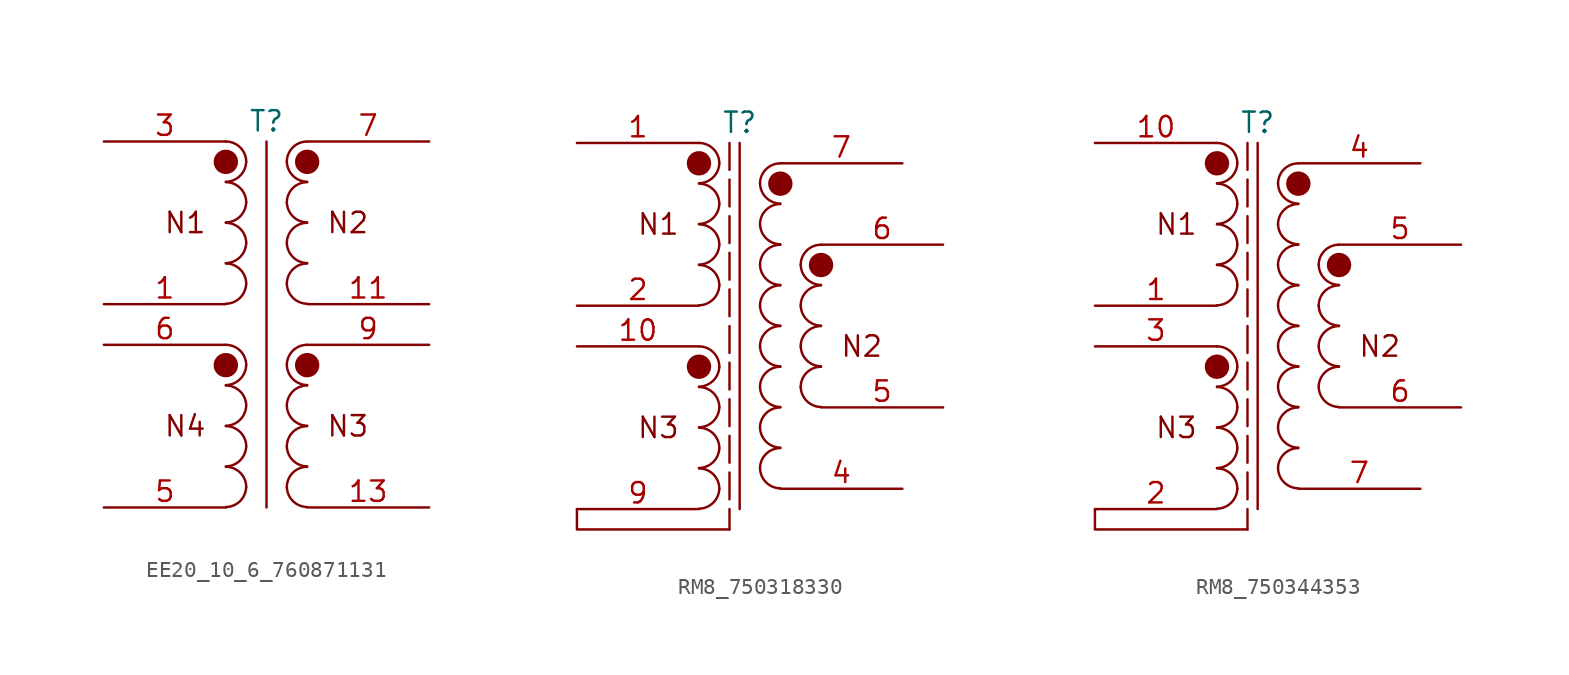
<source format=kicad_sym>
(kicad_symbol_lib
  (version 20220914)
  (generator kicad_symbol_editor)
  (symbol "EE20_10_6_760871131"
    (pin_names hide)
    (property "Reference" "T"
      (at 0 12.7 0)
      (effects (font (size 1.27 1.27))))
    (property "Critical Parameter" ""
      (at 0 -5.08 0)
      (effects (font (size 1.27 1.27)) (justify left)))
    (symbol "EE20_10_6_760871131_0_1"
      (arc (start -2.54 -11.4046) (mid -1.6561 -11.0363) (end -1.27 -10.16) (stroke (width 0) (type default)) (fill (type none)))
      (arc (start -2.54 -8.8646) (mid -1.6561 -8.4963) (end -1.27 -7.62) (stroke (width 0) (type default)) (fill (type none)))
      (arc (start -2.54 -6.3246) (mid -1.6561 -5.9563) (end -1.27 -5.08) (stroke (width 0) (type default)) (fill (type none)))
      (arc (start -2.54 -3.7846) (mid -1.6561 -3.4163) (end -1.27 -2.54) (stroke (width 0) (type default)) (fill (type none)))
      (arc (start -2.54 1.2954) (mid -1.6561 1.6637) (end -1.27 2.54) (stroke (width 0) (type default)) (fill (type none)))
      (arc (start -2.54 3.8354) (mid -1.6561 4.2037) (end -1.27 5.08) (stroke (width 0) (type default)) (fill (type none)))
      (arc (start -2.54 6.3754) (mid -1.6561 6.7437) (end -1.27 7.62) (stroke (width 0) (type default)) (fill (type none)))
      (arc (start -2.54 8.9154) (mid -1.6561 9.2837) (end -1.27 10.16) (stroke (width 0) (type default)) (fill (type none)))
      (arc (start -1.27 -10.16) (mid -1.642 -9.262) (end -2.54 -8.89) (stroke (width 0) (type default)) (fill (type none)))
      (arc (start -1.27 -7.62) (mid -1.642 -6.722) (end -2.54 -6.35) (stroke (width 0) (type default)) (fill (type none)))
      (arc (start -1.27 -5.08) (mid -1.642 -4.182) (end -2.54 -3.81) (stroke (width 0) (type default)) (fill (type none)))
      (arc (start -1.27 -2.54) (mid -1.642 -1.642) (end -2.54 -1.27) (stroke (width 0) (type default)) (fill (type none)))
      (arc (start -1.27 2.54) (mid -1.642 3.438) (end -2.54 3.81) (stroke (width 0) (type default)) (fill (type none)))
      (arc (start -1.27 5.08) (mid -1.642 5.978) (end -2.54 6.35) (stroke (width 0) (type default)) (fill (type none)))
      (arc (start -1.27 7.62) (mid -1.642 8.518) (end -2.54 8.89) (stroke (width 0) (type default)) (fill (type none)))
      (arc (start -1.27 10.16) (mid -1.642 11.058) (end -2.54 11.43) (stroke (width 0) (type default)) (fill (type none)))
      (polyline (pts (xy 0 -11.43) (xy 0 11.43)) (stroke (width 0) (type default)) (fill (type none)))
      (arc (start 1.27 -10.16) (mid 1.6561 -11.0363) (end 2.54 -11.4046) (stroke (width 0) (type default)) (fill (type none)))
      (arc (start 1.27 -7.62) (mid 1.6561 -8.4963) (end 2.54 -8.8646) (stroke (width 0) (type default)) (fill (type none)))
      (arc (start 1.27 -5.08) (mid 1.6561 -5.9563) (end 2.54 -6.3246) (stroke (width 0) (type default)) (fill (type none)))
      (arc (start 1.27 -2.54) (mid 1.6561 -3.4163) (end 2.54 -3.7846) (stroke (width 0) (type default)) (fill (type none)))
      (arc (start 1.27 2.54) (mid 1.6561 1.6637) (end 2.54 1.2954) (stroke (width 0) (type default)) (fill (type none)))
      (arc (start 1.27 5.08) (mid 1.6561 4.2037) (end 2.54 3.8354) (stroke (width 0) (type default)) (fill (type none)))
      (arc (start 1.27 7.62) (mid 1.6561 6.7437) (end 2.54 6.3754) (stroke (width 0) (type default)) (fill (type none)))
      (arc (start 1.27 10.16) (mid 1.6561 9.2837) (end 2.54 8.9154) (stroke (width 0) (type default)) (fill (type none)))
      (arc (start 2.54 -8.89) (mid 1.642 -9.262) (end 1.27 -10.16) (stroke (width 0) (type default)) (fill (type none)))
      (arc (start 2.54 -6.35) (mid 1.642 -6.722) (end 1.27 -7.62) (stroke (width 0) (type default)) (fill (type none)))
      (arc (start 2.54 -3.81) (mid 1.642 -4.182) (end 1.27 -5.08) (stroke (width 0) (type default)) (fill (type none)))
      (arc (start 2.54 -1.27) (mid 1.642 -1.642) (end 1.27 -2.54) (stroke (width 0) (type default)) (fill (type none)))
      (arc (start 2.54 3.81) (mid 1.642 3.438) (end 1.27 2.54) (stroke (width 0) (type default)) (fill (type none)))
      (arc (start 2.54 6.35) (mid 1.642 5.978) (end 1.27 5.08) (stroke (width 0) (type default)) (fill (type none)))
      (arc (start 2.54 8.89) (mid 1.642 8.518) (end 1.27 7.62) (stroke (width 0) (type default)) (fill (type none)))
      (arc (start 2.54 11.43) (mid 1.642 11.058) (end 1.27 10.16) (stroke (width 0) (type default)) (fill (type none))))
    (symbol "EE20_10_6_760871131_1_1"
      (circle (center -2.54 -2.54) (radius 0.0001) (stroke (width 0.762) (type default)) (fill (type none)))
      (circle (center -2.54 10.16) (radius 0.0001) (stroke (width 0.762) (type default)) (fill (type none)))
      (circle (center 2.54 -2.54) (radius 0.0001) (stroke (width 0.762) (type default)) (fill (type none)))
      (circle (center 2.54 10.16) (radius 0.0001) (stroke (width 0.762) (type default)) (fill (type none)))
      (text "N1" (at -5.08 6.35 0) (effects (font (size 1.27 1.27))))
      (text "N2" (at 5.08 6.35 0) (effects (font (size 1.27 1.27))))
      (text "N3" (at 5.08 -6.35 0) (effects (font (size 1.27 1.27))))
      (text "N4" (at -5.08 -6.35 0) (effects (font (size 1.27 1.27))))
      (pin passive line (at -10.16 1.27 0) (length 7.62) (name "1" (effects (font (size 1.27 1.27)))) (number "1" (effects (font (size 1.27 1.27)))))
      (pin passive line (at 10.16 -1.27 180) (length 7.62) hide (name "10" (effects (font (size 1.27 1.27)))) (number "10" (effects (font (size 1.27 1.27)))))
      (pin passive line (at 10.16 1.27 180) (length 7.62) (name "11" (effects (font (size 1.27 1.27)))) (number "11" (effects (font (size 1.27 1.27)))))
      (pin passive line (at 10.16 1.27 180) (length 7.62) hide (name "12" (effects (font (size 1.27 1.27)))) (number "12" (effects (font (size 1.27 1.27)))))
      (pin passive line (at 10.16 -11.43 180) (length 7.62) (name "13" (effects (font (size 1.27 1.27)))) (number "13" (effects (font (size 1.27 1.27)))))
      (pin passive line (at 10.16 -11.43 180) (length 7.62) hide (name "14" (effects (font (size 1.27 1.27)))) (number "14" (effects (font (size 1.27 1.27)))))
      (pin passive line (at -10.16 11.43 0) (length 7.62) (name "3" (effects (font (size 1.27 1.27)))) (number "3" (effects (font (size 1.27 1.27)))))
      (pin passive line (at -10.16 -11.43 0) (length 7.62) (name "5" (effects (font (size 1.27 1.27)))) (number "5" (effects (font (size 1.27 1.27)))))
      (pin passive line (at -10.16 -1.27 0) (length 7.62) (name "6" (effects (font (size 1.27 1.27)))) (number "6" (effects (font (size 1.27 1.27)))))
      (pin passive line (at 10.16 11.43 180) (length 7.62) (name "7" (effects (font (size 1.27 1.27)))) (number "7" (effects (font (size 1.27 1.27)))))
      (pin passive line (at 10.16 11.43 180) (length 7.62) hide (name "8" (effects (font (size 1.27 1.27)))) (number "8" (effects (font (size 1.27 1.27)))))
      (pin passive line (at 10.16 -1.27 180) (length 7.62) (name "9" (effects (font (size 1.27 1.27)))) (number "9" (effects (font (size 1.27 1.27)))))))
  (symbol "RM8_750318330"
    (pin_names hide)
    (property "Reference" "T"
      (at 0 12.7 0)
      (effects (font (size 1.27 1.27))))
    (property "Critical Parameter" ""
      (at 0 -5.08 0)
      (effects (font (size 1.27 1.27)) (justify left)))
    (symbol "RM8_750318330_0_0"
      (text "" (at 3.81 -1.27 0) (effects (font (size 1.27 1.27)))))
    (symbol "RM8_750318330_0_1"
      (arc (start -2.54 -11.4046) (mid -1.6561 -11.0363) (end -1.27 -10.16) (stroke (width 0) (type default)) (fill (type none)))
      (arc (start -2.54 -8.8646) (mid -1.6561 -8.4963) (end -1.27 -7.62) (stroke (width 0) (type default)) (fill (type none)))
      (arc (start -2.54 -6.3246) (mid -1.6561 -5.9563) (end -1.27 -5.08) (stroke (width 0) (type default)) (fill (type none)))
      (arc (start -2.54 -3.7846) (mid -1.6561 -3.4163) (end -1.27 -2.54) (stroke (width 0) (type default)) (fill (type none)))
      (arc (start -2.54 1.2954) (mid -1.6561 1.6637) (end -1.27 2.54) (stroke (width 0) (type default)) (fill (type none)))
      (arc (start -2.54 3.8354) (mid -1.6561 4.2037) (end -1.27 5.08) (stroke (width 0) (type default)) (fill (type none)))
      (arc (start -2.54 6.3754) (mid -1.6561 6.7437) (end -1.27 7.62) (stroke (width 0) (type default)) (fill (type none)))
      (arc (start -2.54 8.9154) (mid -1.6561 9.2837) (end -1.27 10.16) (stroke (width 0) (type default)) (fill (type none)))
      (arc (start -1.27 -10.16) (mid -1.642 -9.262) (end -2.54 -8.89) (stroke (width 0) (type default)) (fill (type none)))
      (arc (start -1.27 -7.62) (mid -1.642 -6.722) (end -2.54 -6.35) (stroke (width 0) (type default)) (fill (type none)))
      (arc (start -1.27 -5.08) (mid -1.642 -4.182) (end -2.54 -3.81) (stroke (width 0) (type default)) (fill (type none)))
      (arc (start -1.27 -2.54) (mid -1.642 -1.642) (end -2.54 -1.27) (stroke (width 0) (type default)) (fill (type none)))
      (arc (start -1.27 2.54) (mid -1.642 3.438) (end -2.54 3.81) (stroke (width 0) (type default)) (fill (type none)))
      (arc (start -1.27 5.08) (mid -1.642 5.978) (end -2.54 6.35) (stroke (width 0) (type default)) (fill (type none)))
      (arc (start -1.27 7.62) (mid -1.642 8.518) (end -2.54 8.89) (stroke (width 0) (type default)) (fill (type none)))
      (arc (start -1.27 10.16) (mid -1.642 11.058) (end -2.54 11.43) (stroke (width 0) (type default)) (fill (type none)))
      (polyline (pts (xy 0 -11.43) (xy 0 11.43)) (stroke (width 0) (type default)) (fill (type none)))
      (polyline (pts (xy -10.16 -11.43) (xy -10.16 -12.7) (xy -0.635 -12.7)) (stroke (width 0) (type default)) (fill (type none)))
      (arc (start 1.27 -8.89) (mid 1.656 -9.7664) (end 2.54 -10.1346) (stroke (width 0) (type default)) (fill (type none)))
      (arc (start 1.27 -6.35) (mid 1.656 -7.2264) (end 2.54 -7.5946) (stroke (width 0) (type default)) (fill (type none)))
      (arc (start 1.27 -3.81) (mid 1.656 -4.6864) (end 2.54 -5.0546) (stroke (width 0) (type default)) (fill (type none)))
      (arc (start 1.27 -1.27) (mid 1.656 -2.1464) (end 2.54 -2.5146) (stroke (width 0) (type default)) (fill (type none)))
      (arc (start 1.27 1.27) (mid 1.656 0.3936) (end 2.54 0.0254) (stroke (width 0) (type default)) (fill (type none)))
      (arc (start 1.27 3.81) (mid 1.656 2.9336) (end 2.54 2.5654) (stroke (width 0) (type default)) (fill (type none)))
      (arc (start 1.27 6.35) (mid 1.656 5.4736) (end 2.54 5.1054) (stroke (width 0) (type default)) (fill (type none)))
      (arc (start 1.27 8.89) (mid 1.656 8.0136) (end 2.54 7.6454) (stroke (width 0) (type default)) (fill (type none)))
      (arc (start 2.54 -7.62) (mid 1.642 -7.992) (end 1.27 -8.89) (stroke (width 0) (type default)) (fill (type none)))
      (arc (start 2.54 -5.08) (mid 1.642 -5.452) (end 1.27 -6.35) (stroke (width 0) (type default)) (fill (type none)))
      (arc (start 2.54 -2.54) (mid 1.642 -2.912) (end 1.27 -3.81) (stroke (width 0) (type default)) (fill (type none)))
      (arc (start 2.54 0) (mid 1.642 -0.372) (end 1.27 -1.27) (stroke (width 0) (type default)) (fill (type none)))
      (arc (start 2.54 2.54) (mid 1.642 2.168) (end 1.27 1.27) (stroke (width 0) (type default)) (fill (type none)))
      (arc (start 2.54 5.08) (mid 1.642 4.708) (end 1.27 3.81) (stroke (width 0) (type default)) (fill (type none)))
      (arc (start 2.54 7.62) (mid 1.642 7.248) (end 1.27 6.35) (stroke (width 0) (type default)) (fill (type none)))
      (arc (start 2.54 10.16) (mid 1.642 9.788) (end 1.27 8.89) (stroke (width 0) (type default)) (fill (type none)))
      (arc (start 3.81 -3.81) (mid 4.1961 -4.6863) (end 5.08 -5.0546) (stroke (width 0) (type default)) (fill (type none)))
      (arc (start 3.81 -1.27) (mid 4.1961 -2.1463) (end 5.08 -2.5146) (stroke (width 0) (type default)) (fill (type none)))
      (arc (start 3.81 1.27) (mid 4.1961 0.3937) (end 5.08 0.0254) (stroke (width 0) (type default)) (fill (type none)))
      (arc (start 3.81 3.81) (mid 4.1961 2.9337) (end 5.08 2.5654) (stroke (width 0) (type default)) (fill (type none)))
      (arc (start 5.08 -2.54) (mid 4.182 -2.912) (end 3.81 -3.81) (stroke (width 0) (type default)) (fill (type none)))
      (arc (start 5.08 0) (mid 4.182 -0.372) (end 3.81 -1.27) (stroke (width 0) (type default)) (fill (type none)))
      (arc (start 5.08 2.54) (mid 4.182 2.168) (end 3.81 1.27) (stroke (width 0) (type default)) (fill (type none)))
      (arc (start 5.08 5.08) (mid 4.182 4.708) (end 3.81 3.81) (stroke (width 0) (type default)) (fill (type none))))
    (symbol "RM8_750318330_1_1"
      (circle (center -2.54 -2.54) (radius 0.0001) (stroke (width 0.762) (type default)) (fill (type none)))
      (circle (center -2.54 10.16) (radius 0.0001) (stroke (width 0.762) (type default)) (fill (type none)))
      (polyline (pts (xy -0.635 11.43) (xy -0.635 -12.7)) (stroke (width 0) (type dash)) (fill (type none)))
      (circle (center 2.54 8.89) (radius 0.0001) (stroke (width 0.762) (type default)) (fill (type none)))
      (circle (center 5.08 3.81) (radius 0.0001) (stroke (width 0.762) (type default)) (fill (type none)))
      (text "N1" (at -5.08 6.35 0) (effects (font (size 1.27 1.27))))
      (text "N2" (at 7.62 -1.27 0) (effects (font (size 1.27 1.27))))
      (text "N3" (at -5.08 -6.35 0) (effects (font (size 1.27 1.27))))
      (pin passive line (at -10.16 11.43 0) (length 7.62) (name "1" (effects (font (size 1.27 1.27)))) (number "1" (effects (font (size 1.27 1.27)))))
      (pin passive line (at -10.16 -1.27 0) (length 7.62) (name "10" (effects (font (size 1.27 1.27)))) (number "10" (effects (font (size 1.27 1.27)))))
      (pin passive line (at -10.16 1.27 0) (length 7.62) (name "2" (effects (font (size 1.27 1.27)))) (number "2" (effects (font (size 1.27 1.27)))))
      (pin passive line (at 10.16 -10.16 180) (length 7.62) (name "4" (effects (font (size 1.27 1.27)))) (number "4" (effects (font (size 1.27 1.27)))))
      (pin passive line (at 12.7 -5.08 180) (length 7.62) (name "5" (effects (font (size 1.27 1.27)))) (number "5" (effects (font (size 1.27 1.27)))))
      (pin passive line (at 12.7 5.08 180) (length 7.62) (name "6" (effects (font (size 1.27 1.27)))) (number "6" (effects (font (size 1.27 1.27)))))
      (pin passive line (at 10.16 10.16 180) (length 7.62) (name "7" (effects (font (size 1.27 1.27)))) (number "7" (effects (font (size 1.27 1.27)))))
      (pin passive line (at -10.16 -11.43 0) (length 7.62) (name "9" (effects (font (size 1.27 1.27)))) (number "9" (effects (font (size 1.27 1.27)))))))
  (symbol "RM8_750344353"
    (pin_names hide)
    (property "Reference" "T"
      (at 0 12.7 0)
      (effects (font (size 1.27 1.27))))
    (property "Critical Parameter" ""
      (at 0 -5.08 0)
      (effects (font (size 1.27 1.27)) (justify left)))
    (symbol "RM8_750344353_0_0"
      (text "" (at 3.81 -1.27 0) (effects (font (size 1.27 1.27)))))
    (symbol "RM8_750344353_0_1"
      (arc (start -2.54 -11.4046) (mid -1.6561 -11.0363) (end -1.27 -10.16) (stroke (width 0) (type default)) (fill (type none)))
      (arc (start -2.54 -8.8646) (mid -1.6561 -8.4963) (end -1.27 -7.62) (stroke (width 0) (type default)) (fill (type none)))
      (arc (start -2.54 -6.3246) (mid -1.6561 -5.9563) (end -1.27 -5.08) (stroke (width 0) (type default)) (fill (type none)))
      (arc (start -2.54 -3.7846) (mid -1.6561 -3.4163) (end -1.27 -2.54) (stroke (width 0) (type default)) (fill (type none)))
      (arc (start -2.54 1.2954) (mid -1.6561 1.6637) (end -1.27 2.54) (stroke (width 0) (type default)) (fill (type none)))
      (arc (start -2.54 3.8354) (mid -1.6561 4.2037) (end -1.27 5.08) (stroke (width 0) (type default)) (fill (type none)))
      (arc (start -2.54 6.3754) (mid -1.6561 6.7437) (end -1.27 7.62) (stroke (width 0) (type default)) (fill (type none)))
      (arc (start -2.54 8.9154) (mid -1.6561 9.2837) (end -1.27 10.16) (stroke (width 0) (type default)) (fill (type none)))
      (arc (start -1.27 -10.16) (mid -1.642 -9.262) (end -2.54 -8.89) (stroke (width 0) (type default)) (fill (type none)))
      (arc (start -1.27 -7.62) (mid -1.642 -6.722) (end -2.54 -6.35) (stroke (width 0) (type default)) (fill (type none)))
      (arc (start -1.27 -5.08) (mid -1.642 -4.182) (end -2.54 -3.81) (stroke (width 0) (type default)) (fill (type none)))
      (arc (start -1.27 -2.54) (mid -1.642 -1.642) (end -2.54 -1.27) (stroke (width 0) (type default)) (fill (type none)))
      (arc (start -1.27 2.54) (mid -1.642 3.438) (end -2.54 3.81) (stroke (width 0) (type default)) (fill (type none)))
      (arc (start -1.27 5.08) (mid -1.642 5.978) (end -2.54 6.35) (stroke (width 0) (type default)) (fill (type none)))
      (arc (start -1.27 7.62) (mid -1.642 8.518) (end -2.54 8.89) (stroke (width 0) (type default)) (fill (type none)))
      (arc (start -1.27 10.16) (mid -1.642 11.058) (end -2.54 11.43) (stroke (width 0) (type default)) (fill (type none)))
      (polyline (pts (xy 0 -11.43) (xy 0 11.43)) (stroke (width 0) (type default)) (fill (type none)))
      (polyline (pts (xy -10.16 -11.43) (xy -10.16 -12.7) (xy -0.635 -12.7)) (stroke (width 0) (type default)) (fill (type none)))
      (arc (start 1.27 -8.89) (mid 1.656 -9.7664) (end 2.54 -10.1346) (stroke (width 0) (type default)) (fill (type none)))
      (arc (start 1.27 -6.35) (mid 1.656 -7.2264) (end 2.54 -7.5946) (stroke (width 0) (type default)) (fill (type none)))
      (arc (start 1.27 -3.81) (mid 1.656 -4.6864) (end 2.54 -5.0546) (stroke (width 0) (type default)) (fill (type none)))
      (arc (start 1.27 -1.27) (mid 1.656 -2.1464) (end 2.54 -2.5146) (stroke (width 0) (type default)) (fill (type none)))
      (arc (start 1.27 1.27) (mid 1.656 0.3936) (end 2.54 0.0254) (stroke (width 0) (type default)) (fill (type none)))
      (arc (start 1.27 3.81) (mid 1.656 2.9336) (end 2.54 2.5654) (stroke (width 0) (type default)) (fill (type none)))
      (arc (start 1.27 6.35) (mid 1.656 5.4736) (end 2.54 5.1054) (stroke (width 0) (type default)) (fill (type none)))
      (arc (start 1.27 8.89) (mid 1.656 8.0136) (end 2.54 7.6454) (stroke (width 0) (type default)) (fill (type none)))
      (arc (start 2.54 -7.62) (mid 1.642 -7.992) (end 1.27 -8.89) (stroke (width 0) (type default)) (fill (type none)))
      (arc (start 2.54 -5.08) (mid 1.642 -5.452) (end 1.27 -6.35) (stroke (width 0) (type default)) (fill (type none)))
      (arc (start 2.54 -2.54) (mid 1.642 -2.912) (end 1.27 -3.81) (stroke (width 0) (type default)) (fill (type none)))
      (arc (start 2.54 0) (mid 1.642 -0.372) (end 1.27 -1.27) (stroke (width 0) (type default)) (fill (type none)))
      (arc (start 2.54 2.54) (mid 1.642 2.168) (end 1.27 1.27) (stroke (width 0) (type default)) (fill (type none)))
      (arc (start 2.54 5.08) (mid 1.642 4.708) (end 1.27 3.81) (stroke (width 0) (type default)) (fill (type none)))
      (arc (start 2.54 7.62) (mid 1.642 7.248) (end 1.27 6.35) (stroke (width 0) (type default)) (fill (type none)))
      (arc (start 2.54 10.16) (mid 1.642 9.788) (end 1.27 8.89) (stroke (width 0) (type default)) (fill (type none)))
      (arc (start 3.81 -3.81) (mid 4.1961 -4.6863) (end 5.08 -5.0546) (stroke (width 0) (type default)) (fill (type none)))
      (arc (start 3.81 -1.27) (mid 4.1961 -2.1463) (end 5.08 -2.5146) (stroke (width 0) (type default)) (fill (type none)))
      (arc (start 3.81 1.27) (mid 4.1961 0.3937) (end 5.08 0.0254) (stroke (width 0) (type default)) (fill (type none)))
      (arc (start 3.81 3.81) (mid 4.1961 2.9337) (end 5.08 2.5654) (stroke (width 0) (type default)) (fill (type none)))
      (arc (start 5.08 -2.54) (mid 4.182 -2.912) (end 3.81 -3.81) (stroke (width 0) (type default)) (fill (type none)))
      (arc (start 5.08 0) (mid 4.182 -0.372) (end 3.81 -1.27) (stroke (width 0) (type default)) (fill (type none)))
      (arc (start 5.08 2.54) (mid 4.182 2.168) (end 3.81 1.27) (stroke (width 0) (type default)) (fill (type none)))
      (arc (start 5.08 5.08) (mid 4.182 4.708) (end 3.81 3.81) (stroke (width 0) (type default)) (fill (type none))))
    (symbol "RM8_750344353_1_1"
      (circle (center -2.54 -2.54) (radius 0.0001) (stroke (width 0.762) (type default)) (fill (type none)))
      (circle (center -2.54 10.16) (radius 0.0001) (stroke (width 0.762) (type default)) (fill (type none)))
      (polyline (pts (xy -0.635 11.43) (xy -0.635 -12.7)) (stroke (width 0) (type dash)) (fill (type none)))
      (circle (center 2.54 8.89) (radius 0.0001) (stroke (width 0.762) (type default)) (fill (type none)))
      (circle (center 5.08 3.81) (radius 0.0001) (stroke (width 0.762) (type default)) (fill (type none)))
      (text "N1" (at -5.08 6.35 0) (effects (font (size 1.27 1.27))))
      (text "N2" (at 7.62 -1.27 0) (effects (font (size 1.27 1.27))))
      (text "N3" (at -5.08 -6.35 0) (effects (font (size 1.27 1.27))))
      (pin passive line (at -10.16 1.27 0) (length 7.62) (name "1" (effects (font (size 1.27 1.27)))) (number "1" (effects (font (size 1.27 1.27)))))
      (pin passive line (at -10.16 11.43 0) (length 7.62) (name "10" (effects (font (size 1.27 1.27)))) (number "10" (effects (font (size 1.27 1.27)))))
      (pin passive line (at -10.16 -11.43 0) (length 7.62) (name "2" (effects (font (size 1.27 1.27)))) (number "2" (effects (font (size 1.27 1.27)))))
      (pin passive line (at -10.16 -1.27 0) (length 7.62) (name "3" (effects (font (size 1.27 1.27)))) (number "3" (effects (font (size 1.27 1.27)))))
      (pin passive line (at 10.16 10.16 180) (length 7.62) (name "4" (effects (font (size 1.27 1.27)))) (number "4" (effects (font (size 1.27 1.27)))))
      (pin passive line (at 12.7 5.08 180) (length 7.62) (name "5" (effects (font (size 1.27 1.27)))) (number "5" (effects (font (size 1.27 1.27)))))
      (pin passive line (at 12.7 -5.08 180) (length 7.62) (name "6" (effects (font (size 1.27 1.27)))) (number "6" (effects (font (size 1.27 1.27)))))
      (pin passive line (at 10.16 -10.16 180) (length 7.62) (name "7" (effects (font (size 1.27 1.27)))) (number "7" (effects (font (size 1.27 1.27))))))))
</source>
